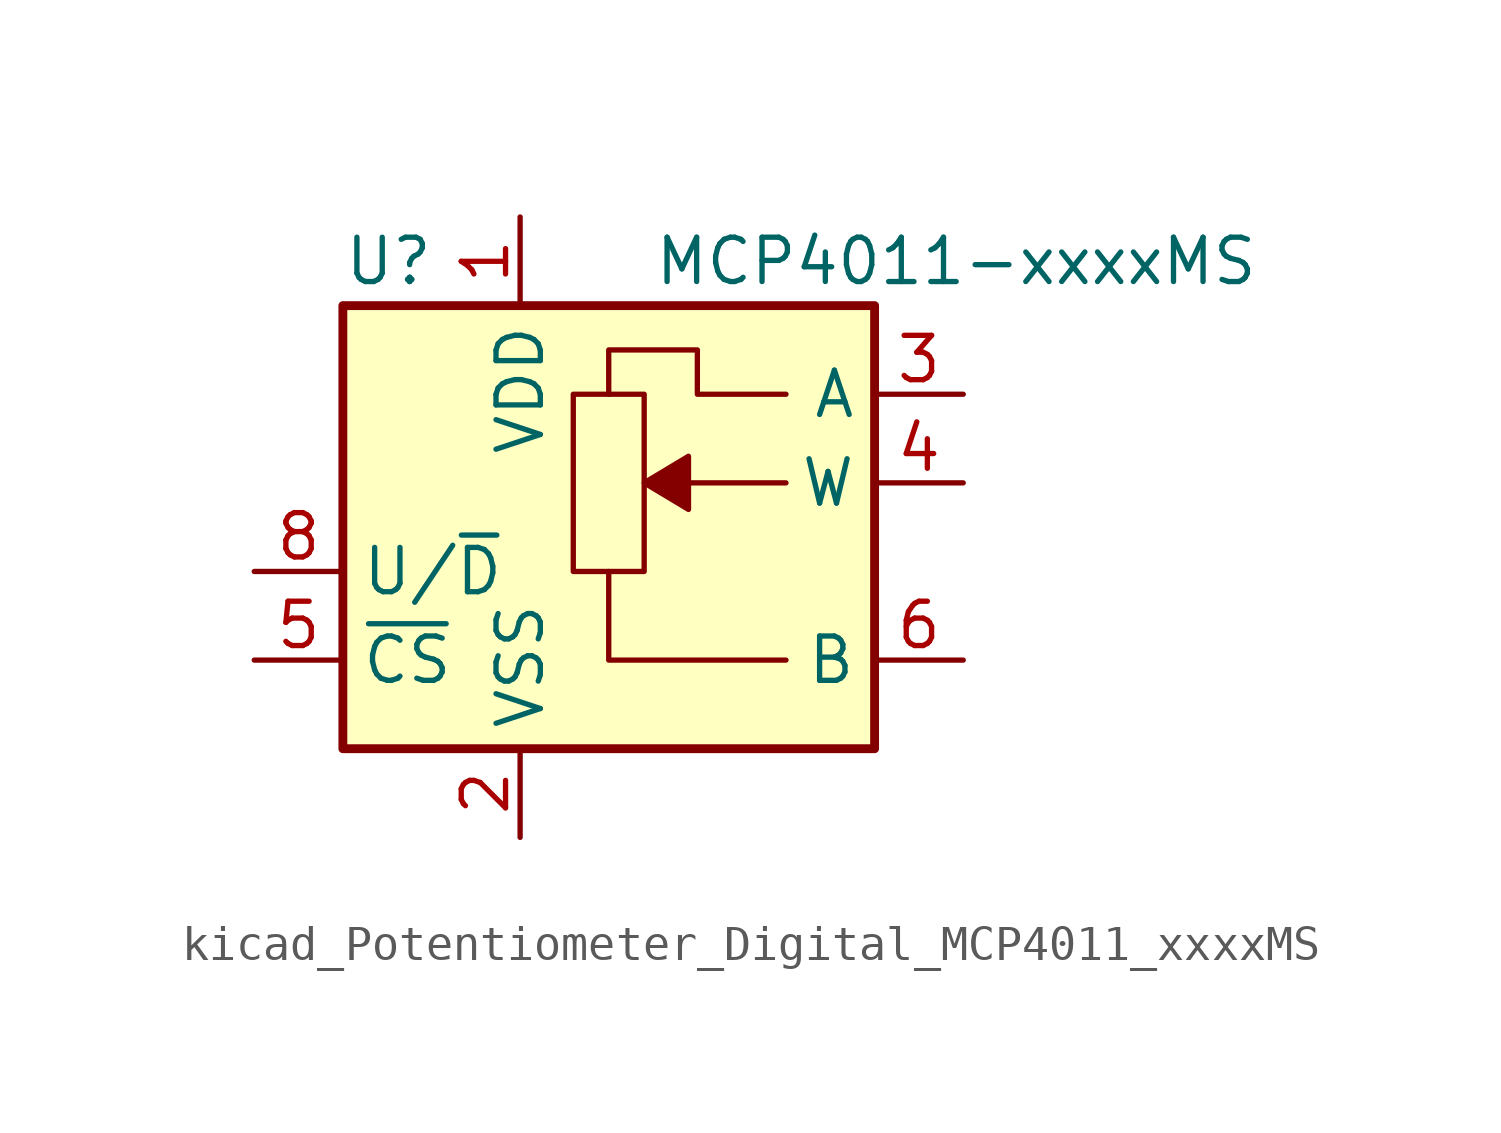
<source format=kicad_sym>
(kicad_symbol_lib
  (version 20220914)
  (generator kicad_symbol_editor)
  (symbol "kicad_Potentiometer_Digital_MCP4011_xxxxMS"
    (property "Reference" "U"
      (at -7.62 8.89 0)
      (effects (font (size 1.27 1.27)) (justify left)))
    (property "Value" "MCP4011-xxxxMS"
      (at 1.27 8.89 0)
      (effects (font (size 1.27 1.27)) (justify left)))
    (symbol "kicad_Potentiometer_Digital_MCP4011_xxxxMS_0_1"
      (polyline (pts (xy 0 0) (xy 0 -2.54) (xy 5.08 -2.54)) (stroke (width 0) (type default)) (fill (type none)))
      (polyline (pts (xy 5.08 2.54) (xy 3.81 2.54) (xy 1.27 2.54)) (stroke (width 0) (type default)) (fill (type none)))
      (polyline (pts (xy 5.08 5.08) (xy 2.54 5.08) (xy 2.54 6.35) (xy 0 6.35) (xy 0 5.08)) (stroke (width 0) (type default)) (fill (type none))))
    (symbol "kicad_Potentiometer_Digital_MCP4011_xxxxMS_1_1"
      (rectangle (start -7.62 7.62) (end 7.62 -5.08) (stroke (width 0.254) (type default)) (fill (type background)))
      (polyline (pts (xy 2.286 1.778) (xy 2.286 3.302) (xy 1.016 2.54) (xy 2.286 1.778)) (stroke (width 0) (type default)) (fill (type outline)))
      (rectangle (start 1.016 0) (end -1.016 5.08) (stroke (width 0) (type default)) (fill (type none)))
      (pin power_in line (at -2.54 10.16 270) (length 2.54) (name "VDD" (effects (font (size 1.27 1.27)))) (number "1" (effects (font (size 1.27 1.27)))))
      (pin power_in line (at -2.54 -7.62 90) (length 2.54) (name "VSS" (effects (font (size 1.27 1.27)))) (number "2" (effects (font (size 1.27 1.27)))))
      (pin passive line (at 10.16 5.08 180) (length 2.54) (name "A" (effects (font (size 1.27 1.27)))) (number "3" (effects (font (size 1.27 1.27)))))
      (pin passive line (at 10.16 2.54 180) (length 2.54) (name "W" (effects (font (size 1.27 1.27)))) (number "4" (effects (font (size 1.27 1.27)))))
      (pin input line (at -10.16 -2.54 0) (length 2.54) (name "~{CS}" (effects (font (size 1.27 1.27)))) (number "5" (effects (font (size 1.27 1.27)))))
      (pin passive line (at 10.16 -2.54 180) (length 2.54) (name "B" (effects (font (size 1.27 1.27)))) (number "6" (effects (font (size 1.27 1.27)))))
      (pin no_connect line (at -7.62 5.08 0) (length 2.54) hide (name "NC" (effects (font (size 1.27 1.27)))) (number "7" (effects (font (size 1.27 1.27)))))
      (pin input line (at -10.16 0 0) (length 2.54) (name "U/~{D}" (effects (font (size 1.27 1.27)))) (number "8" (effects (font (size 1.27 1.27))))))))
</source>
